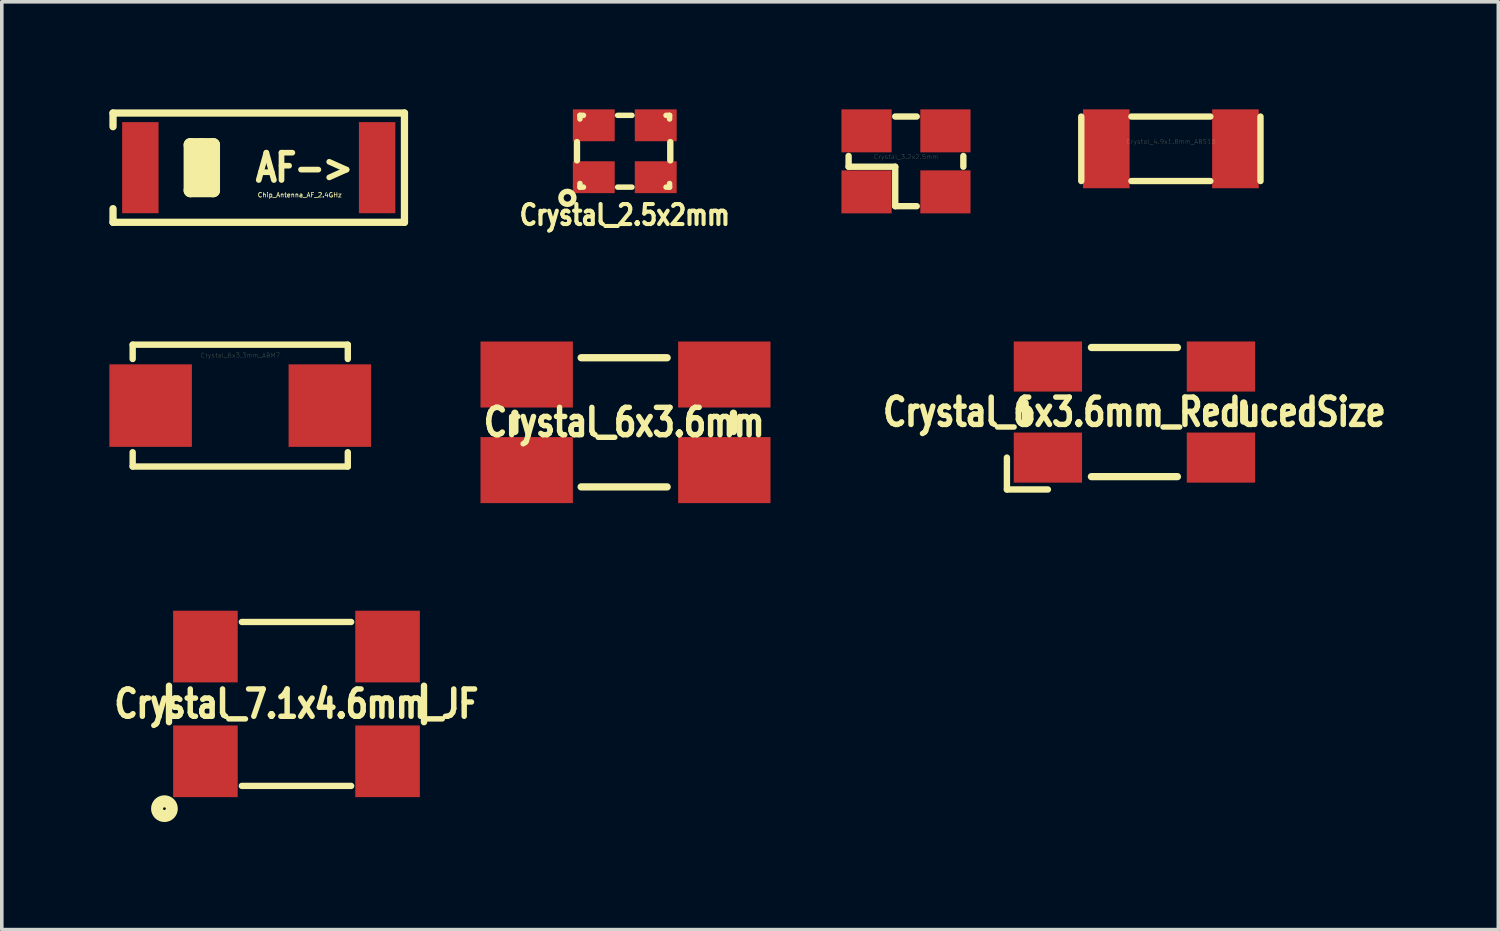
<source format=kicad_pcb>
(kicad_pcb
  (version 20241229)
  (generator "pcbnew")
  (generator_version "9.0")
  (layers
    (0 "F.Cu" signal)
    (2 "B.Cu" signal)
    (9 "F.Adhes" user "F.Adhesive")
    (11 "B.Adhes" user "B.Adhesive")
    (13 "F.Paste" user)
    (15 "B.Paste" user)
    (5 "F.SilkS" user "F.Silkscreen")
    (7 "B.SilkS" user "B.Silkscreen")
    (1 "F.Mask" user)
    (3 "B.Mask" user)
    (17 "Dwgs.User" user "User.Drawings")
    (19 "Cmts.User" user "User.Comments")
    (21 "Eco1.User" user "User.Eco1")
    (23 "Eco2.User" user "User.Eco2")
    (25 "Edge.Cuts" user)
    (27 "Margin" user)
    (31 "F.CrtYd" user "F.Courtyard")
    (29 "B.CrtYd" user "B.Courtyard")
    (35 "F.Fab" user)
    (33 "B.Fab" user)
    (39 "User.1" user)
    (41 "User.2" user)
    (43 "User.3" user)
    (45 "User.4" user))
  (footprint "Crystal_7.1x4.6mm_JF"
    (layer "F.Cu")
    (at 5.219 16.582)
    (property "Reference" "Crystal_7.1x4.6mm_JF" (at 0 0 0) (layer "F.SilkS") (effects (font (size 0.762 0.61) (thickness 0.152))))
    (attr smd)
    (fp_line (start -3.556 -0.508) (end -3.556 0.508) (stroke (width 0.178) (type solid)) (layer "F.SilkS"))
    (fp_line (start -1.524 -2.286) (end 1.524 -2.286) (stroke (width 0.178) (type solid)) (layer "F.SilkS"))
    (fp_line (start 1.524 2.286) (end -1.524 2.286) (stroke (width 0.178) (type solid)) (layer "F.SilkS"))
    (fp_line (start 3.556 -0.508) (end 3.556 0.508) (stroke (width 0.178) (type solid)) (layer "F.SilkS"))
    (fp_circle (center -3.683 2.921) (end -3.556 2.921) (stroke (width 0.178) (type solid)) (fill no) (layer "F.SilkS"))
    (fp_circle (center -3.683 2.921) (end -3.556 3.175) (stroke (width 0.178) (type solid)) (fill no) (layer "F.SilkS"))
    (pad "1" smd rect (at -2.54 1.6) (size 1.801 1.999) (layers "F.Cu" "F.Mask" "F.Paste"))
    (pad "2" smd rect (at 2.54 1.6) (size 1.801 1.999) (layers "F.Cu" "F.Mask" "F.Paste"))
    (pad "3" smd rect (at 2.54 -1.6) (size 1.801 1.999) (layers "F.Cu" "F.Mask" "F.Paste"))
    (pad "4" smd rect (at -2.54 -1.6) (size 1.801 1.999) (layers "F.Cu" "F.Mask" "F.Paste")))
  (footprint "Crystal_2.5x2mm"
    (layer "F.Cu")
    (at 14.374 1.168)
    (property "Reference" "Crystal_2.5x2mm" (at 0 1.778 0) (layer "F.SilkS") (effects (font (size 0.559 0.457) (thickness 0.114))))
    (attr smd)
    (fp_line (start -1.333 -0.254) (end -1.333 0.254) (stroke (width 0.178) (type solid)) (layer "F.SilkS"))
    (fp_line (start -1.25 -1.001) (end -1.25 -0.899) (stroke (width 0.152) (type solid)) (layer "F.SilkS"))
    (fp_line (start -1.25 -1.001) (end -1.151 -1.001) (stroke (width 0.152) (type solid)) (layer "F.SilkS"))
    (fp_line (start -1.25 1.001) (end -1.25 0.899) (stroke (width 0.152) (type solid)) (layer "F.SilkS"))
    (fp_line (start -1.25 1.001) (end -1.151 1.001) (stroke (width 0.152) (type solid)) (layer "F.SilkS"))
    (fp_line (start 0.201 -1.001) (end -0.201 -1.001) (stroke (width 0.152) (type solid)) (layer "F.SilkS"))
    (fp_line (start 0.201 1.001) (end -0.201 1.001) (stroke (width 0.152) (type solid)) (layer "F.SilkS"))
    (fp_line (start 1.25 -1.001) (end 1.151 -1.001) (stroke (width 0.152) (type solid)) (layer "F.SilkS"))
    (fp_line (start 1.25 -1.001) (end 1.25 -0.899) (stroke (width 0.152) (type solid)) (layer "F.SilkS"))
    (fp_line (start 1.25 1.001) (end 1.151 1.001) (stroke (width 0.152) (type solid)) (layer "F.SilkS"))
    (fp_line (start 1.25 1.001) (end 1.25 0.899) (stroke (width 0.152) (type solid)) (layer "F.SilkS"))
    (fp_line (start 1.27 0.254) (end 1.27 -0.254) (stroke (width 0.178) (type solid)) (layer "F.SilkS"))
    (fp_circle (center -1.6 1.3) (end -1.75 1.4) (stroke (width 0.152) (type solid)) (fill no) (layer "F.SilkS"))
    (pad "1" smd rect (at -0.864 0.724) (size 1.168 0.889) (layers "F.Cu" "F.Mask" "F.Paste"))
    (pad "2" smd rect (at 0.864 0.724) (size 1.168 0.889) (layers "F.Cu" "F.Mask" "F.Paste"))
    (pad "3" smd rect (at 0.864 -0.724) (size 1.168 0.889) (layers "F.Cu" "F.Mask" "F.Paste"))
    (pad "4" smd rect (at -0.864 -0.724) (size 1.168 0.889) (layers "F.Cu" "F.Mask" "F.Paste")))
  (footprint "Crystal_4.9x1.8mm_ABS10"
    (layer "F.Cu")
    (at 29.605 1.1)
    (property "Reference" "Crystal_4.9x1.8mm_ABS10" (at 0 -0.201 0) (layer "F.SilkS") (effects (font (size 0.127 0.127) (thickness 0.003))))
    (attr smd)
    (fp_line (start -2.499 0.899) (end -2.499 -0.899) (stroke (width 0.178) (type solid)) (layer "F.SilkS"))
    (fp_line (start -1.1 -0.899) (end 1.1 -0.899) (stroke (width 0.178) (type solid)) (layer "F.SilkS"))
    (fp_line (start -1.1 0.899) (end 1.1 0.899) (stroke (width 0.178) (type solid)) (layer "F.SilkS"))
    (fp_line (start 2.499 0.899) (end 2.499 -0.899) (stroke (width 0.178) (type solid)) (layer "F.SilkS"))
    (pad "1" smd rect (at -1.801 0) (size 1.3 2.2) (layers "F.Cu" "F.Mask"))
    (pad "2" smd rect (at 1.801 0) (size 1.3 2.2) (layers "F.Cu" "F.Mask")))
  (footprint "Crystal_3.2x2.5mm"
    (layer "F.Cu")
    (at 22.217 1.45)
    (property "Reference" "Crystal_3.2x2.5mm" (at 0 -0.127 0) (layer "F.SilkS") (effects (font (size 0.127 0.127) (thickness 0.003))))
    (attr through_hole)
    (fp_line (start -1.6 -0.15) (end -1.6 0.15) (stroke (width 0.178) (type solid)) (layer "F.SilkS"))
    (fp_line (start -1.6 0.15) (end -0.3 0.15) (stroke (width 0.178) (type solid)) (layer "F.SilkS"))
    (fp_line (start -0.3 -1.25) (end 0.3 -1.25) (stroke (width 0.178) (type solid)) (layer "F.SilkS"))
    (fp_line (start -0.3 0.15) (end -0.3 1.25) (stroke (width 0.178) (type solid)) (layer "F.SilkS"))
    (fp_line (start -0.3 1.25) (end 0.3 1.25) (stroke (width 0.178) (type solid)) (layer "F.SilkS"))
    (fp_line (start 1.6 -0.15) (end 1.6 0.15) (stroke (width 0.178) (type solid)) (layer "F.SilkS"))
    (pad "1" smd rect (at -1.1 0.851) (size 1.4 1.199) (layers "F.Cu" "F.Mask" "F.Paste"))
    (pad "2" smd rect (at 1.1 0.851) (size 1.4 1.199) (layers "F.Cu" "F.Mask" "F.Paste"))
    (pad "3" smd rect (at 1.1 -0.851) (size 1.4 1.199) (layers "F.Cu" "F.Mask" "F.Paste"))
    (pad "4" smd rect (at -1.1 -0.851) (size 1.4 1.199) (layers "F.Cu" "F.Mask" "F.Paste")))
  (footprint "Chip_Antenna_AF_2.4GHz"
    (layer "F.Cu")
    (at 4.166 1.626)
    (property "Reference" "Chip_Antenna_AF_2.4GHz" (at 1.143 0.762 0) (layer "F.SilkS") (effects (font (size 0.127 0.127) (thickness 0.02))))
    (attr smd)
    (fp_line (start -4.064 -1.524) (end -4.064 -1.143) (stroke (width 0.203) (type solid)) (layer "F.SilkS"))
    (fp_line (start -4.064 -1.524) (end 4.064 -1.524) (stroke (width 0.203) (type solid)) (layer "F.SilkS"))
    (fp_line (start -4.064 1.524) (end -4.064 1.143) (stroke (width 0.203) (type solid)) (layer "F.SilkS"))
    (fp_line (start -1.905 -0.635) (end -1.27 -0.635) (stroke (width 0.381) (type solid)) (layer "F.SilkS"))
    (fp_line (start -1.905 0.635) (end -1.905 -0.635) (stroke (width 0.381) (type solid)) (layer "F.SilkS"))
    (fp_line (start -1.587 -0.635) (end -1.587 0.445) (stroke (width 0.381) (type solid)) (layer "F.SilkS"))
    (fp_line (start -1.27 -0.635) (end -1.27 0.635) (stroke (width 0.381) (type solid)) (layer "F.SilkS"))
    (fp_line (start -1.27 0.635) (end -1.905 0.635) (stroke (width 0.381) (type solid)) (layer "F.SilkS"))
    (fp_line (start 4.064 -1.524) (end 4.064 1.524) (stroke (width 0.203) (type solid)) (layer "F.SilkS"))
    (fp_line (start 4.064 1.524) (end -4.064 1.524) (stroke (width 0.203) (type solid)) (layer "F.SilkS"))
    (fp_text user "AF->" (at 1.27 0 0) (layer "F.SilkS") (effects (font (size 0.762 0.635) (thickness 0.16))))
    (pad "1" smd rect (at -3.302 0) (size 1.016 2.54) (layers "F.Cu" "F.Mask" "F.Paste"))
    (pad "2" smd rect (at 3.302 0) (size 1.016 2.54) (layers "F.Cu" "F.Mask" "F.Paste")))
  (footprint "Crystal_6x3.6mm"
    (layer "F.Cu")
    (at 14.357 8.728)
    (property "Reference" "Crystal_6x3.6mm" (at 0 0 0) (layer "F.SilkS") (effects (font (size 0.762 0.61) (thickness 0.152))))
    (attr smd)
    (fp_line (start -3.048 0.254) (end -3.048 -0.254) (stroke (width 0.203) (type solid)) (layer "F.SilkS"))
    (fp_line (start -1.199 1.801) (end 1.199 1.801) (stroke (width 0.203) (type solid)) (layer "F.SilkS"))
    (fp_line (start 1.199 -1.801) (end -1.199 -1.801) (stroke (width 0.203) (type solid)) (layer "F.SilkS"))
    (fp_line (start 3.048 0.254) (end 3.048 -0.254) (stroke (width 0.203) (type solid)) (layer "F.SilkS"))
    (pad "1" smd rect (at -2.718 1.333) (size 2.576 1.841) (layers "F.Cu" "F.Mask" "F.Paste"))
    (pad "2" smd rect (at 2.794 1.333) (size 2.576 1.841) (layers "F.Cu" "F.Mask" "F.Paste"))
    (pad "3" smd rect (at 2.794 -1.333) (size 2.576 1.841) (layers "F.Cu" "F.Mask" "F.Paste"))
    (pad "4" smd rect (at -2.718 -1.333) (size 2.576 1.841) (layers "F.Cu" "F.Mask" "F.Paste")))
  (footprint "Crystal_6x3.6mm_ReducedSize"
    (layer "F.Cu")
    (at 28.588 8.442)
    (property "Reference" "Crystal_6x3.6mm_ReducedSize" (at 0 0 0) (layer "F.SilkS") (effects (font (size 0.762 0.61) (thickness 0.152))))
    (attr smd)
    (fp_line (start -3.556 1.27) (end -3.556 2.159) (stroke (width 0.178) (type solid)) (layer "F.SilkS"))
    (fp_line (start -3.556 2.159) (end -2.413 2.159) (stroke (width 0.178) (type solid)) (layer "F.SilkS"))
    (fp_line (start -3.048 0.254) (end -3.048 -0.254) (stroke (width 0.203) (type solid)) (layer "F.SilkS"))
    (fp_line (start -1.199 1.801) (end 1.199 1.801) (stroke (width 0.203) (type solid)) (layer "F.SilkS"))
    (fp_line (start 1.199 -1.801) (end -1.199 -1.801) (stroke (width 0.203) (type solid)) (layer "F.SilkS"))
    (fp_line (start 3.048 0.254) (end 3.048 -0.254) (stroke (width 0.203) (type solid)) (layer "F.SilkS"))
    (pad "1" smd rect (at -2.413 1.27) (size 1.905 1.397) (layers "F.Cu" "F.Mask" "F.Paste"))
    (pad "2" smd rect (at 2.413 1.27) (size 1.905 1.397) (layers "F.Cu" "F.Mask" "F.Paste"))
    (pad "3" smd rect (at 2.413 -1.27) (size 1.905 1.397) (layers "F.Cu" "F.Mask" "F.Paste"))
    (pad "4" smd rect (at -2.413 -1.27) (size 1.905 1.397) (layers "F.Cu" "F.Mask" "F.Paste")))
  (footprint "Crystal_6x3.3mm_ABM7"
    (layer "F.Cu")
    (at 3.65 8.262)
    (property "Reference" "Crystal_6x3.3mm_ABM7" (at 0 -1.4 0) (layer "F.SilkS") (effects (font (size 0.127 0.127) (thickness 0.003))))
    (attr smd)
    (fp_line (start -3 -1.699) (end -3 -1.3) (stroke (width 0.178) (type solid)) (layer "F.SilkS"))
    (fp_line (start -3 -1.699) (end 3 -1.699) (stroke (width 0.178) (type solid)) (layer "F.SilkS"))
    (fp_line (start -3 1.699) (end -3 1.3) (stroke (width 0.178) (type solid)) (layer "F.SilkS"))
    (fp_line (start 3 -1.699) (end 3 -1.3) (stroke (width 0.178) (type solid)) (layer "F.SilkS"))
    (fp_line (start 3 1.699) (end -3 1.699) (stroke (width 0.178) (type solid)) (layer "F.SilkS"))
    (fp_line (start 3 1.699) (end 3 1.3) (stroke (width 0.178) (type solid)) (layer "F.SilkS"))
    (pad "1" smd rect (at -2.499 0) (size 2.301 2.301) (layers "F.Cu" "F.Mask" "F.Paste"))
    (pad "2" smd rect (at 2.499 0) (size 2.301 2.301) (layers "F.Cu" "F.Mask" "F.Paste")))
  (gr_rect
    (start -3 -3)
    (end 38.737 22.876)
    (stroke (width 0.1) (type default))
    (fill no)
    (layer "Edge.Cuts")))
</source>
